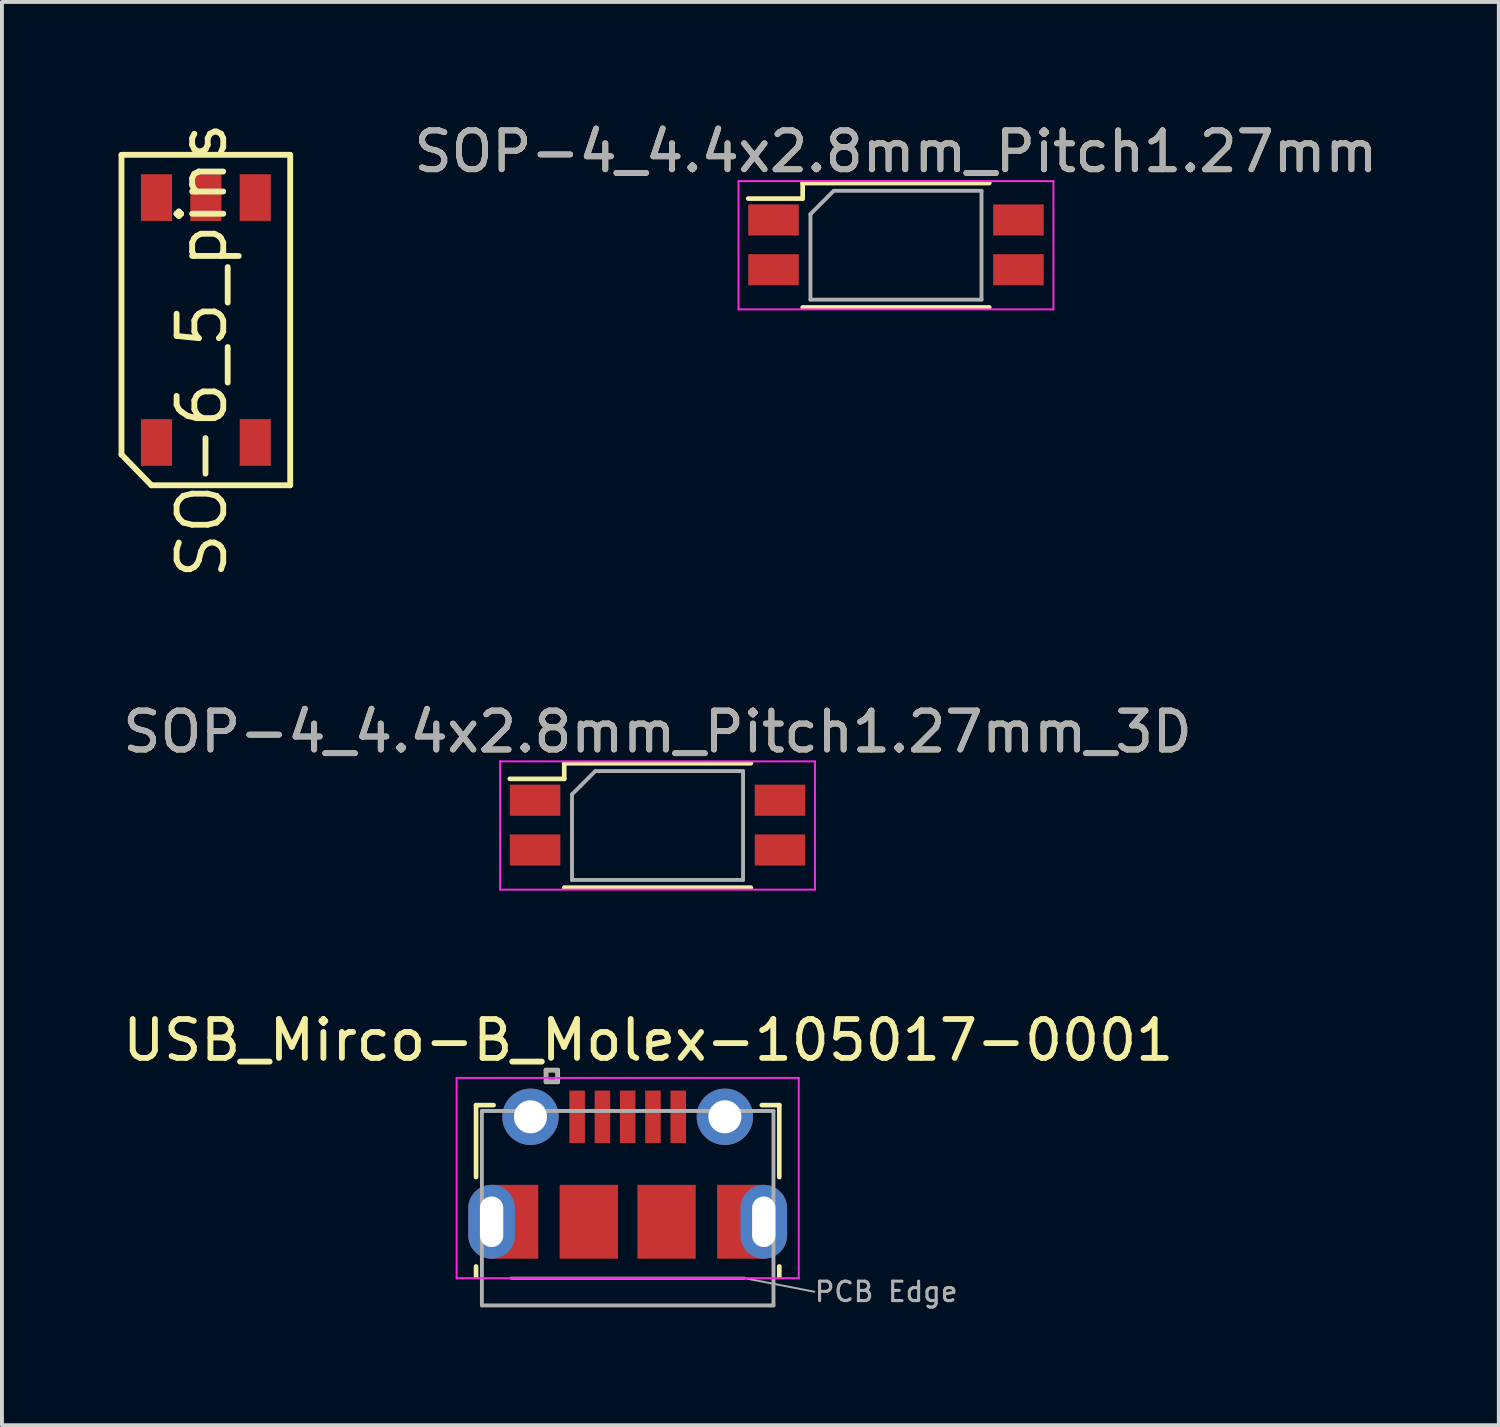
<source format=kicad_pcb>
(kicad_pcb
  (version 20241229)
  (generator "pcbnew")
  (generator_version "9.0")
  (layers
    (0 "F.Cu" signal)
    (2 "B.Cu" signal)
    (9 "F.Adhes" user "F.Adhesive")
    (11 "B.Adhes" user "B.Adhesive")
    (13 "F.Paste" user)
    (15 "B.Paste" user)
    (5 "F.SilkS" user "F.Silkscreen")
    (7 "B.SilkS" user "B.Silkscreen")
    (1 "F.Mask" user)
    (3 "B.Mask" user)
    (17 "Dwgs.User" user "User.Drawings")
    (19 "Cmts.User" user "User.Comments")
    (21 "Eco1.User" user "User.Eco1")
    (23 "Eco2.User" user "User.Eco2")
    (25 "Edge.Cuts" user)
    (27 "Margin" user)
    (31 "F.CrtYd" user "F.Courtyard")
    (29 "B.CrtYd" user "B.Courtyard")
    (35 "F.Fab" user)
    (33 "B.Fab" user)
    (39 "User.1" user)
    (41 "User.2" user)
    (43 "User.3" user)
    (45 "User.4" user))
  (footprint "SO-6_5_pins"
    (layer "F.Cu")
    (at 2.245 5.182)
    (property "Reference" "SO-6_5_pins" (at -0.1 0.78 90) (layer "F.SilkS") (effects (font (size 1.2 1.2) (thickness 0.15))))
    (attr through_hole)
    (fp_line (start -2.17 -4.25) (end -2.17 3.46) (stroke (width 0.15) (type solid)) (layer "F.SilkS"))
    (fp_line (start -2.17 -4.25) (end 2.17 -4.25) (stroke (width 0.15) (type solid)) (layer "F.SilkS"))
    (fp_line (start -2.17 3.46) (end -1.4 4.25) (stroke (width 0.15) (type solid)) (layer "F.SilkS"))
    (fp_line (start -1.4 4.25) (end 2.17 4.25) (stroke (width 0.15) (type solid)) (layer "F.SilkS"))
    (fp_line (start 2.17 4.25) (end 2.17 -4.25) (stroke (width 0.15) (type solid)) (layer "F.SilkS"))
    (pad "1" smd rect (at -1.27 3.15) (size 0.8 1.2) (layers "F.Cu" "F.Mask" "F.Paste"))
    (pad "3" smd rect (at 1.27 3.15) (size 0.8 1.2) (layers "F.Cu" "F.Mask" "F.Paste"))
    (pad "4" smd rect (at 1.27 -3.15) (size 0.8 1.2) (layers "F.Cu" "F.Mask" "F.Paste"))
    (pad "5" smd rect (at 0 -3.15) (size 0.8 1.2) (layers "F.Cu" "F.Mask" "F.Paste"))
    (pad "6" smd rect (at -1.27 -3.15) (size 0.8 1.2) (layers "F.Cu" "F.Mask" "F.Paste")))
  (footprint "USB_Mirco-B_Molex-105017-0001"
    (layer "F.Cu")
    (at 13.095 25.676)
    (property "Reference" "USB_Mirco-B_Molex-105017-0001" (at 0.53 -1.97 0) (layer "F.SilkS") (effects (font (size 1 1) (thickness 0.15))))
    (attr through_hole)
    (fp_line (start -3.9 -0.3) (end -3.45 -0.3) (stroke (width 0.12) (type solid)) (layer "F.SilkS"))
    (fp_line (start -3.9 1.55) (end -3.9 -0.3) (stroke (width 0.12) (type solid)) (layer "F.SilkS"))
    (fp_line (start -3.9 4.1) (end -3.9 3.85) (stroke (width 0.12) (type solid)) (layer "F.SilkS"))
    (fp_line (start -2.1 -1.2) (end -1.8 -1.2) (stroke (width 0.12) (type solid)) (layer "F.SilkS"))
    (fp_line (start -2.1 -0.9) (end -2.1 -1.2) (stroke (width 0.12) (type solid)) (layer "F.SilkS"))
    (fp_line (start -1.8 -1.2) (end -1.8 -0.9) (stroke (width 0.12) (type solid)) (layer "F.SilkS"))
    (fp_line (start -1.8 -0.9) (end -2.1 -0.9) (stroke (width 0.12) (type solid)) (layer "F.SilkS"))
    (fp_line (start 3.9 -0.3) (end 3.45 -0.3) (stroke (width 0.12) (type solid)) (layer "F.SilkS"))
    (fp_line (start 3.9 1.55) (end 3.9 -0.3) (stroke (width 0.12) (type solid)) (layer "F.SilkS"))
    (fp_line (start 3.9 4.1) (end 3.9 3.85) (stroke (width 0.12) (type solid)) (layer "F.SilkS"))
    (fp_line (start -4.4 -1) (end 4.4 -1) (stroke (width 0.05) (type solid)) (layer "F.CrtYd"))
    (fp_line (start -4.4 4.15) (end -4.4 -1) (stroke (width 0.05) (type solid)) (layer "F.CrtYd"))
    (fp_line (start -4.4 4.15) (end 4.4 4.15) (stroke (width 0.05) (type solid)) (layer "F.CrtYd"))
    (fp_line (start 4.4 -1) (end 4.4 4.15) (stroke (width 0.05) (type solid)) (layer "F.CrtYd"))
    (fp_line (start -3.75 -0.15) (end 3.75 -0.15) (stroke (width 0.1) (type solid)) (layer "F.Fab"))
    (fp_line (start -3.75 4.85) (end -3.75 -0.15) (stroke (width 0.1) (type solid)) (layer "F.Fab"))
    (fp_line (start -3.75 4.852) (end 3.75 4.852) (stroke (width 0.1) (type solid)) (layer "F.Fab"))
    (fp_line (start -3 4.152) (end 3 4.152) (stroke (width 0.08) (type solid)) (layer "F.Fab"))
    (fp_line (start -2.1 -1.2) (end -1.8 -1.2) (stroke (width 0.1) (type solid)) (layer "F.Fab"))
    (fp_line (start -2.1 -0.9) (end -2.1 -1.2) (stroke (width 0.1) (type solid)) (layer "F.Fab"))
    (fp_line (start -2 -0.9) (end -2.1 -0.9) (stroke (width 0.1) (type solid)) (layer "F.Fab"))
    (fp_line (start -1.8 -1.2) (end -1.8 -0.9) (stroke (width 0.1) (type solid)) (layer "F.Fab"))
    (fp_line (start -1.8 -0.9) (end -2 -0.9) (stroke (width 0.1) (type solid)) (layer "F.Fab"))
    (fp_line (start 3 4.15) (end 4.8 4.5) (stroke (width 0.05) (type solid)) (layer "F.Fab"))
    (fp_line (start 3.75 4.85) (end 3.75 -0.15) (stroke (width 0.1) (type solid)) (layer "F.Fab"))
    (fp_text user "PCB Edge" (at 6.65 4.5 0) (layer "F.Fab") (effects (font (size 0.5 0.5) (thickness 0.08))))
    (pad "1" smd rect (at -1.3 0) (size 0.4 1.35) (layers "F.Cu" "F.Mask" "F.Paste"))
    (pad "2" smd rect (at -0.65 0) (size 0.4 1.35) (layers "F.Cu" "F.Mask" "F.Paste"))
    (pad "3" smd rect (at 0 0) (size 0.4 1.35) (layers "F.Cu" "F.Mask" "F.Paste"))
    (pad "4" smd rect (at 0.65 0) (size 0.4 1.35) (layers "F.Cu" "F.Mask" "F.Paste"))
    (pad "5" smd rect (at 1.3 0) (size 0.4 1.35) (layers "F.Cu" "F.Mask" "F.Paste"))
    (pad "6" thru_hole oval (at -3.5 2.7 180) (size 1.2 1.9) (drill oval 0.6 1.3) (layers "*.Cu" "*.Mask"))
    (pad "6" smd rect (at -2.9 2.7) (size 1.2 1.9) (layers "F.Cu" "F.Mask"))
    (pad "6" thru_hole circle (at -2.5 0) (size 1.45 1.45) (drill 0.85) (layers "*.Cu" "*.Mask"))
    (pad "6" smd rect (at -1 2.7) (size 1.5 1.9) (layers "F.Cu" "F.Mask" "F.Paste"))
    (pad "6" smd rect (at 1 2.7) (size 1.5 1.9) (layers "F.Cu" "F.Mask" "F.Paste"))
    (pad "6" thru_hole circle (at 2.5 0) (size 1.45 1.45) (drill 0.85) (layers "*.Cu" "*.Mask"))
    (pad "6" smd rect (at 2.9 2.7) (size 1.2 1.9) (layers "F.Cu" "F.Mask"))
    (pad "6" thru_hole oval (at 3.5 2.7) (size 1.2 1.9) (drill oval 0.6 1.3) (layers "*.Cu" "*.Mask")))
  (footprint "SOP-4_4.4x2.8mm_Pitch1.27mm_3D"
    (layer "F.Cu")
    (at 13.863 18.173)
    (property "Reference" "SOP-4_4.4x2.8mm_Pitch1.27mm_3D" (at 0 -2.4 0) (layer "F.SilkS") (effects (font (size 1 1) (thickness 0.15))))
    (attr smd)
    (fp_line (start -2.4 -1.59) (end -2.4 -1.19) (stroke (width 0.12) (type solid)) (layer "F.SilkS"))
    (fp_line (start -2.4 -1.59) (end 2.4 -1.59) (stroke (width 0.12) (type solid)) (layer "F.SilkS"))
    (fp_line (start -2.4 -1.19) (end -3.8 -1.19) (stroke (width 0.12) (type solid)) (layer "F.SilkS"))
    (fp_line (start -2.4 1.61) (end 2.4 1.61) (stroke (width 0.12) (type solid)) (layer "F.SilkS"))
    (fp_line (start -4.05 -1.64) (end -4.05 1.66) (stroke (width 0.05) (type solid)) (layer "F.CrtYd"))
    (fp_line (start -4.05 -1.64) (end 4.05 -1.64) (stroke (width 0.05) (type solid)) (layer "F.CrtYd"))
    (fp_line (start 4.05 1.66) (end -4.05 1.66) (stroke (width 0.05) (type solid)) (layer "F.CrtYd"))
    (fp_line (start 4.05 1.66) (end 4.05 -1.64) (stroke (width 0.05) (type solid)) (layer "F.CrtYd"))
    (fp_line (start -2.2 -0.79) (end -1.6 -1.39) (stroke (width 0.1) (type solid)) (layer "F.Fab"))
    (fp_line (start -2.2 1.41) (end -2.2 -0.79) (stroke (width 0.1) (type solid)) (layer "F.Fab"))
    (fp_line (start -1.6 -1.39) (end 2.2 -1.39) (stroke (width 0.1) (type solid)) (layer "F.Fab"))
    (fp_line (start 2.2 -1.39) (end 2.2 1.41) (stroke (width 0.1) (type solid)) (layer "F.Fab"))
    (fp_line (start 2.2 1.41) (end -2.2 1.41) (stroke (width 0.1) (type solid)) (layer "F.Fab"))
    (fp_text user "${REFERENCE}" (at 0 -2.4 0) (layer "F.Fab") (effects (font (size 1 1) (thickness 0.15))))
    (pad "1" smd rect (at -3.15 -0.64) (size 1.3 0.8) (layers "F.Cu" "F.Mask" "F.Paste"))
    (pad "2" smd rect (at -3.15 0.64) (size 1.3 0.8) (layers "F.Cu" "F.Mask" "F.Paste"))
    (pad "3" smd rect (at 3.15 0.64) (size 1.3 0.8) (layers "F.Cu" "F.Mask" "F.Paste"))
    (pad "4" smd rect (at 3.15 -0.64) (size 1.3 0.8) (layers "F.Cu" "F.Mask" "F.Paste")))
  (footprint "SOP-4_4.4x2.8mm_Pitch1.27mm"
    (layer "F.Cu")
    (at 19.996 3.248)
    (property "Reference" "SOP-4_4.4x2.8mm_Pitch1.27mm" (at 0 -2.4 0) (layer "F.SilkS") (effects (font (size 1 1) (thickness 0.15))))
    (attr smd)
    (fp_line (start -2.4 -1.59) (end -2.4 -1.19) (stroke (width 0.12) (type solid)) (layer "F.SilkS"))
    (fp_line (start -2.4 -1.59) (end 2.4 -1.59) (stroke (width 0.12) (type solid)) (layer "F.SilkS"))
    (fp_line (start -2.4 -1.19) (end -3.8 -1.19) (stroke (width 0.12) (type solid)) (layer "F.SilkS"))
    (fp_line (start -2.4 1.61) (end 2.4 1.61) (stroke (width 0.12) (type solid)) (layer "F.SilkS"))
    (fp_line (start -4.05 -1.64) (end -4.05 1.66) (stroke (width 0.05) (type solid)) (layer "F.CrtYd"))
    (fp_line (start -4.05 -1.64) (end 4.05 -1.64) (stroke (width 0.05) (type solid)) (layer "F.CrtYd"))
    (fp_line (start 4.05 1.66) (end -4.05 1.66) (stroke (width 0.05) (type solid)) (layer "F.CrtYd"))
    (fp_line (start 4.05 1.66) (end 4.05 -1.64) (stroke (width 0.05) (type solid)) (layer "F.CrtYd"))
    (fp_line (start -2.2 -0.79) (end -1.6 -1.39) (stroke (width 0.1) (type solid)) (layer "F.Fab"))
    (fp_line (start -2.2 1.41) (end -2.2 -0.79) (stroke (width 0.1) (type solid)) (layer "F.Fab"))
    (fp_line (start -1.6 -1.39) (end 2.2 -1.39) (stroke (width 0.1) (type solid)) (layer "F.Fab"))
    (fp_line (start 2.2 -1.39) (end 2.2 1.41) (stroke (width 0.1) (type solid)) (layer "F.Fab"))
    (fp_line (start 2.2 1.41) (end -2.2 1.41) (stroke (width 0.1) (type solid)) (layer "F.Fab"))
    (fp_text user "${REFERENCE}" (at 0 -2.4 0) (layer "F.Fab") (effects (font (size 1 1) (thickness 0.15))))
    (pad "1" smd rect (at -3.15 -0.64) (size 1.3 0.8) (layers "F.Cu" "F.Mask" "F.Paste"))
    (pad "2" smd rect (at -3.15 0.64) (size 1.3 0.8) (layers "F.Cu" "F.Mask" "F.Paste"))
    (pad "3" smd rect (at 3.15 0.64) (size 1.3 0.8) (layers "F.Cu" "F.Mask" "F.Paste"))
    (pad "4" smd rect (at 3.15 -0.64) (size 1.3 0.8) (layers "F.Cu" "F.Mask" "F.Paste")))
  (gr_rect
    (start -3 -3)
    (end 35.502 33.609)
    (stroke (width 0.1) (type default))
    (fill no)
    (layer "Edge.Cuts")))
</source>
